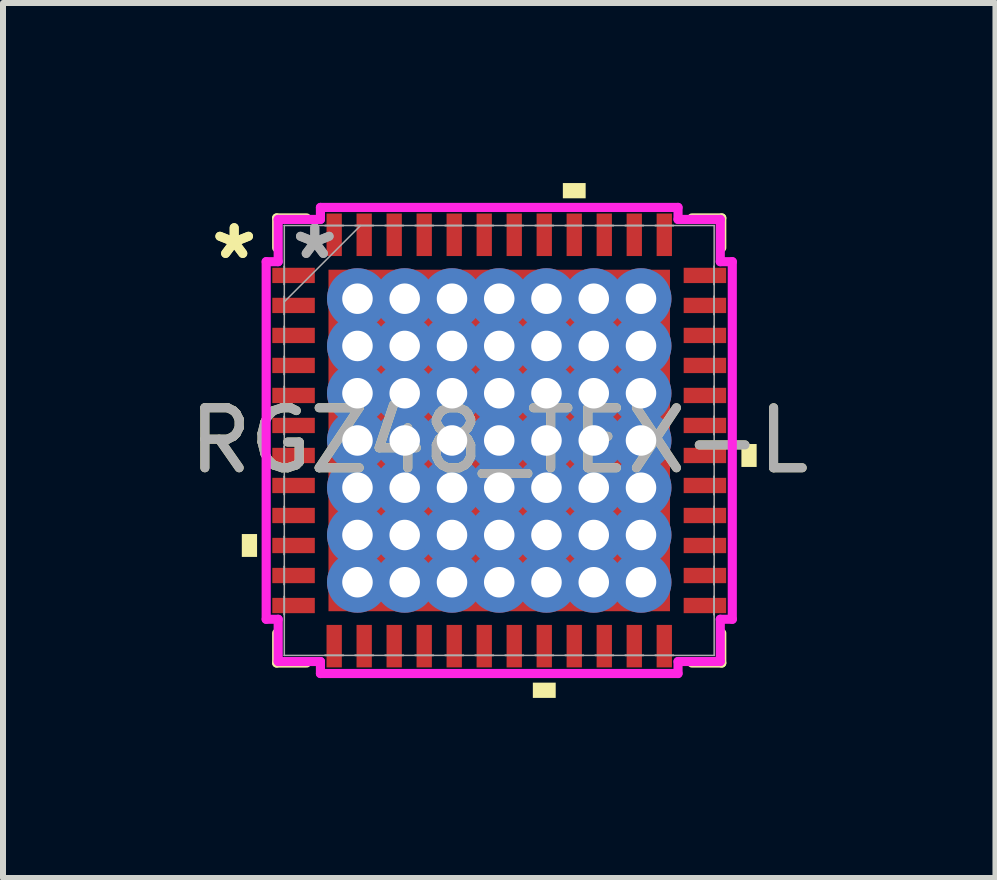
<source format=kicad_pcb>
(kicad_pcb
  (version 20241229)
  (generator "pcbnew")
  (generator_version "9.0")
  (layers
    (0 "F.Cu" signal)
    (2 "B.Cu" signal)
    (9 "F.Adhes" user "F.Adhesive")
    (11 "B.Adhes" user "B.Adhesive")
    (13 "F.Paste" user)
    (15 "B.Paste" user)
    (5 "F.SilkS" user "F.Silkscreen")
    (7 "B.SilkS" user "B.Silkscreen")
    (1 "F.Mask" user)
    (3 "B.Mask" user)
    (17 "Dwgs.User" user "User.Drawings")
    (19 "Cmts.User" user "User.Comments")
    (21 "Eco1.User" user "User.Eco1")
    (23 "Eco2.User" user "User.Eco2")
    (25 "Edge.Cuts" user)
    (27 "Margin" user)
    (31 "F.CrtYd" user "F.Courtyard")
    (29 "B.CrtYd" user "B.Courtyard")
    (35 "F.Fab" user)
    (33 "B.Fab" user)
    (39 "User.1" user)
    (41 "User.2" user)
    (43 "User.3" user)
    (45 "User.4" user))
  (footprint "RGZ48_TEX-L"
    (layer "F.Cu")
    (at 5.268 4.289)
    (property "Reference" "RGZ48_TEX-L" (at 0 0 0) (unlocked yes) (layer "F.SilkS") (effects (font (size 1 1) (thickness 0.15))))
    (fp_poly (pts (xy -2.908 -2.908) (xy -2.562 -2.908) (xy -2.562 2.908) (xy -2.908 2.908)) (stroke (width 0) (type solid)) (fill yes) (layer "F.Mask"))
    (fp_poly (pts (xy -2.908 -2.908) (xy 2.908 -2.908) (xy 2.908 -2.562) (xy -2.908 -2.562)) (stroke (width 0) (type solid)) (fill yes) (layer "F.Mask"))
    (fp_poly (pts (xy -2.908 -2.162) (xy 2.908 -2.162) (xy 2.908 -1.775) (xy -2.908 -1.775)) (stroke (width 0) (type solid)) (fill yes) (layer "F.Mask"))
    (fp_poly (pts (xy -2.908 -1.375) (xy 2.908 -1.375) (xy 2.908 -0.987) (xy -2.908 -0.987)) (stroke (width 0) (type solid)) (fill yes) (layer "F.Mask"))
    (fp_poly (pts (xy -2.908 -0.587) (xy 2.908 -0.587) (xy 2.908 -0.2) (xy -2.908 -0.2)) (stroke (width 0) (type solid)) (fill yes) (layer "F.Mask"))
    (fp_poly (pts (xy -2.908 0.2) (xy 2.908 0.2) (xy 2.908 0.587) (xy -2.908 0.587)) (stroke (width 0) (type solid)) (fill yes) (layer "F.Mask"))
    (fp_poly (pts (xy -2.908 0.987) (xy 2.908 0.987) (xy 2.908 1.375) (xy -2.908 1.375)) (stroke (width 0) (type solid)) (fill yes) (layer "F.Mask"))
    (fp_poly (pts (xy -2.908 1.775) (xy 2.908 1.775) (xy 2.908 2.162) (xy -2.908 2.162)) (stroke (width 0) (type solid)) (fill yes) (layer "F.Mask"))
    (fp_poly (pts (xy -2.908 2.562) (xy 2.908 2.562) (xy 2.908 2.908) (xy -2.908 2.908)) (stroke (width 0) (type solid)) (fill yes) (layer "F.Mask"))
    (fp_poly (pts (xy -1.775 -2.908) (xy -2.162 -2.908) (xy -2.162 2.908) (xy -1.775 2.908)) (stroke (width 0) (type solid)) (fill yes) (layer "F.Mask"))
    (fp_poly (pts (xy -0.987 -2.908) (xy -1.375 -2.908) (xy -1.375 2.908) (xy -0.987 2.908)) (stroke (width 0) (type solid)) (fill yes) (layer "F.Mask"))
    (fp_poly (pts (xy -0.2 -2.908) (xy -0.587 -2.908) (xy -0.587 2.908) (xy -0.2 2.908)) (stroke (width 0) (type solid)) (fill yes) (layer "F.Mask"))
    (fp_poly (pts (xy 0.587 -2.908) (xy 0.2 -2.908) (xy 0.2 2.908) (xy 0.587 2.908)) (stroke (width 0) (type solid)) (fill yes) (layer "F.Mask"))
    (fp_poly (pts (xy 1.375 -2.908) (xy 0.987 -2.908) (xy 0.987 2.908) (xy 1.375 2.908)) (stroke (width 0) (type solid)) (fill yes) (layer "F.Mask"))
    (fp_poly (pts (xy 2.162 -2.908) (xy 1.775 -2.908) (xy 1.775 2.908) (xy 2.162 2.908)) (stroke (width 0) (type solid)) (fill yes) (layer "F.Mask"))
    (fp_poly (pts (xy 2.562 -2.908) (xy 2.908 -2.908) (xy 2.908 2.908) (xy 2.562 2.908)) (stroke (width 0) (type solid)) (fill yes) (layer "F.Mask"))
    (fp_line (start -3.708 -3.708) (end -3.708 -3.21) (stroke (width 0.152) (type solid)) (layer "F.SilkS"))
    (fp_line (start -3.708 3.21) (end -3.708 3.708) (stroke (width 0.152) (type solid)) (layer "F.SilkS"))
    (fp_line (start -3.708 3.708) (end -3.21 3.708) (stroke (width 0.152) (type solid)) (layer "F.SilkS"))
    (fp_line (start -3.21 -3.708) (end -3.708 -3.708) (stroke (width 0.152) (type solid)) (layer "F.SilkS"))
    (fp_line (start 3.21 3.708) (end 3.708 3.708) (stroke (width 0.152) (type solid)) (layer "F.SilkS"))
    (fp_line (start 3.708 -3.708) (end 3.21 -3.708) (stroke (width 0.152) (type solid)) (layer "F.SilkS"))
    (fp_line (start 3.708 -3.21) (end 3.708 -3.708) (stroke (width 0.152) (type solid)) (layer "F.SilkS"))
    (fp_line (start 3.708 3.708) (end 3.708 3.21) (stroke (width 0.152) (type solid)) (layer "F.SilkS"))
    (fp_poly (pts (xy -4.289 1.559) (xy -4.289 1.94) (xy -4.035 1.94) (xy -4.035 1.559)) (stroke (width 0) (type solid)) (fill yes) (layer "F.SilkS"))
    (fp_poly (pts (xy 0.56 4.035) (xy 0.56 4.289) (xy 0.941 4.289) (xy 0.941 4.035)) (stroke (width 0) (type solid)) (fill yes) (layer "F.SilkS"))
    (fp_poly (pts (xy 1.06 -4.035) (xy 1.06 -4.289) (xy 1.44 -4.289) (xy 1.44 -4.035)) (stroke (width 0) (type solid)) (fill yes) (layer "F.SilkS"))
    (fp_poly (pts (xy 4.289 0.059) (xy 4.289 0.441) (xy 4.035 0.441) (xy 4.035 0.059)) (stroke (width 0) (type solid)) (fill yes) (layer "F.SilkS"))
    (fp_poly (pts (xy -2.77 -2.77) (xy -2.77 -2.462) (xy -2.604 -2.462) (xy -2.462 -2.604) (xy -2.462 -2.77)) (stroke (width 0) (type solid)) (fill yes) (layer "F.Paste"))
    (fp_poly (pts (xy -2.77 2.462) (xy -2.77 2.77) (xy -2.462 2.77) (xy -2.462 2.604) (xy -2.604 2.462)) (stroke (width 0) (type solid)) (fill yes) (layer "F.Paste"))
    (fp_poly (pts (xy 2.462 -2.77) (xy 2.462 -2.604) (xy 2.604 -2.462) (xy 2.77 -2.462) (xy 2.77 -2.77)) (stroke (width 0) (type solid)) (fill yes) (layer "F.Paste"))
    (fp_poly (pts (xy 2.604 2.462) (xy 2.462 2.604) (xy 2.462 2.77) (xy 2.77 2.77) (xy 2.77 2.462)) (stroke (width 0) (type solid)) (fill yes) (layer "F.Paste"))
    (fp_poly (pts (xy -2.77 -2.262) (xy -2.77 -1.675) (xy -2.604 -1.675) (xy -2.462 -1.816) (xy -2.462 -2.121) (xy -2.604 -2.262)) (stroke (width 0) (type solid)) (fill yes) (layer "F.Paste"))
    (fp_poly (pts (xy -2.77 -1.475) (xy -2.77 -0.887) (xy -2.604 -0.887) (xy -2.462 -1.029) (xy -2.462 -1.333) (xy -2.604 -1.475)) (stroke (width 0) (type solid)) (fill yes) (layer "F.Paste"))
    (fp_poly (pts (xy -2.77 -0.687) (xy -2.77 -0.1) (xy -2.604 -0.1) (xy -2.462 -0.241) (xy -2.462 -0.546) (xy -2.604 -0.687)) (stroke (width 0) (type solid)) (fill yes) (layer "F.Paste"))
    (fp_poly (pts (xy -2.77 0.1) (xy -2.77 0.687) (xy -2.604 0.687) (xy -2.462 0.546) (xy -2.462 0.241) (xy -2.604 0.1)) (stroke (width 0) (type solid)) (fill yes) (layer "F.Paste"))
    (fp_poly (pts (xy -2.77 0.887) (xy -2.77 1.475) (xy -2.604 1.475) (xy -2.462 1.333) (xy -2.462 1.029) (xy -2.604 0.887)) (stroke (width 0) (type solid)) (fill yes) (layer "F.Paste"))
    (fp_poly (pts (xy -2.77 1.675) (xy -2.77 2.262) (xy -2.604 2.262) (xy -2.462 2.121) (xy -2.462 1.816) (xy -2.604 1.675)) (stroke (width 0) (type solid)) (fill yes) (layer "F.Paste"))
    (fp_poly (pts (xy -2.262 -2.77) (xy -2.262 -2.604) (xy -2.121 -2.462) (xy -1.816 -2.462) (xy -1.675 -2.604) (xy -1.675 -2.77)) (stroke (width 0) (type solid)) (fill yes) (layer "F.Paste"))
    (fp_poly (pts (xy -2.121 2.462) (xy -2.262 2.604) (xy -2.262 2.77) (xy -1.675 2.77) (xy -1.675 2.604) (xy -1.816 2.462)) (stroke (width 0) (type solid)) (fill yes) (layer "F.Paste"))
    (fp_poly (pts (xy -1.475 -2.77) (xy -1.475 -2.604) (xy -1.333 -2.462) (xy -1.029 -2.462) (xy -0.887 -2.604) (xy -0.887 -2.77)) (stroke (width 0) (type solid)) (fill yes) (layer "F.Paste"))
    (fp_poly (pts (xy -1.333 2.462) (xy -1.475 2.604) (xy -1.475 2.77) (xy -0.887 2.77) (xy -0.887 2.604) (xy -1.029 2.462)) (stroke (width 0) (type solid)) (fill yes) (layer "F.Paste"))
    (fp_poly (pts (xy -0.687 -2.77) (xy -0.687 -2.604) (xy -0.546 -2.462) (xy -0.241 -2.462) (xy -0.1 -2.604) (xy -0.1 -2.77)) (stroke (width 0) (type solid)) (fill yes) (layer "F.Paste"))
    (fp_poly (pts (xy -0.546 2.462) (xy -0.687 2.604) (xy -0.687 2.77) (xy -0.1 2.77) (xy -0.1 2.604) (xy -0.241 2.462)) (stroke (width 0) (type solid)) (fill yes) (layer "F.Paste"))
    (fp_poly (pts (xy 0.1 -2.77) (xy 0.1 -2.604) (xy 0.241 -2.462) (xy 0.546 -2.462) (xy 0.687 -2.604) (xy 0.687 -2.77)) (stroke (width 0) (type solid)) (fill yes) (layer "F.Paste"))
    (fp_poly (pts (xy 0.241 2.462) (xy 0.1 2.604) (xy 0.1 2.77) (xy 0.687 2.77) (xy 0.687 2.604) (xy 0.546 2.462)) (stroke (width 0) (type solid)) (fill yes) (layer "F.Paste"))
    (fp_poly (pts (xy 0.887 -2.77) (xy 0.887 -2.604) (xy 1.029 -2.462) (xy 1.333 -2.462) (xy 1.475 -2.604) (xy 1.475 -2.77)) (stroke (width 0) (type solid)) (fill yes) (layer "F.Paste"))
    (fp_poly (pts (xy 1.029 2.462) (xy 0.887 2.604) (xy 0.887 2.77) (xy 1.475 2.77) (xy 1.475 2.604) (xy 1.333 2.462)) (stroke (width 0) (type solid)) (fill yes) (layer "F.Paste"))
    (fp_poly (pts (xy 1.675 -2.77) (xy 1.675 -2.604) (xy 1.816 -2.462) (xy 2.121 -2.462) (xy 2.262 -2.604) (xy 2.262 -2.77)) (stroke (width 0) (type solid)) (fill yes) (layer "F.Paste"))
    (fp_poly (pts (xy 1.816 2.462) (xy 1.675 2.604) (xy 1.675 2.77) (xy 2.262 2.77) (xy 2.262 2.604) (xy 2.121 2.462)) (stroke (width 0) (type solid)) (fill yes) (layer "F.Paste"))
    (fp_poly (pts (xy 2.604 -2.262) (xy 2.462 -2.121) (xy 2.462 -1.816) (xy 2.604 -1.675) (xy 2.77 -1.675) (xy 2.77 -2.262)) (stroke (width 0) (type solid)) (fill yes) (layer "F.Paste"))
    (fp_poly (pts (xy 2.604 -1.475) (xy 2.462 -1.333) (xy 2.462 -1.029) (xy 2.604 -0.887) (xy 2.77 -0.887) (xy 2.77 -1.475)) (stroke (width 0) (type solid)) (fill yes) (layer "F.Paste"))
    (fp_poly (pts (xy 2.604 -0.687) (xy 2.462 -0.546) (xy 2.462 -0.241) (xy 2.604 -0.1) (xy 2.77 -0.1) (xy 2.77 -0.687)) (stroke (width 0) (type solid)) (fill yes) (layer "F.Paste"))
    (fp_poly (pts (xy 2.604 0.1) (xy 2.462 0.241) (xy 2.462 0.546) (xy 2.604 0.687) (xy 2.77 0.687) (xy 2.77 0.1)) (stroke (width 0) (type solid)) (fill yes) (layer "F.Paste"))
    (fp_poly (pts (xy 2.604 0.887) (xy 2.462 1.029) (xy 2.462 1.333) (xy 2.604 1.475) (xy 2.77 1.475) (xy 2.77 0.887)) (stroke (width 0) (type solid)) (fill yes) (layer "F.Paste"))
    (fp_poly (pts (xy 2.604 1.675) (xy 2.462 1.816) (xy 2.462 2.121) (xy 2.604 2.262) (xy 2.77 2.262) (xy 2.77 1.675)) (stroke (width 0) (type solid)) (fill yes) (layer "F.Paste"))
    (fp_poly (pts (xy -2.121 -2.262) (xy -2.262 -2.121) (xy -2.262 -1.816) (xy -2.121 -1.675) (xy -1.816 -1.675) (xy -1.675 -1.816) (xy -1.675 -2.121) (xy -1.816 -2.262)) (stroke (width 0) (type solid)) (fill yes) (layer "F.Paste"))
    (fp_poly (pts (xy -2.121 -1.475) (xy -2.262 -1.333) (xy -2.262 -1.029) (xy -2.121 -0.887) (xy -1.816 -0.887) (xy -1.675 -1.029) (xy -1.675 -1.333) (xy -1.816 -1.475)) (stroke (width 0) (type solid)) (fill yes) (layer "F.Paste"))
    (fp_poly (pts (xy -2.121 -0.687) (xy -2.262 -0.546) (xy -2.262 -0.241) (xy -2.121 -0.1) (xy -1.816 -0.1) (xy -1.675 -0.241) (xy -1.675 -0.546) (xy -1.816 -0.687)) (stroke (width 0) (type solid)) (fill yes) (layer "F.Paste"))
    (fp_poly (pts (xy -2.121 0.1) (xy -2.262 0.241) (xy -2.262 0.546) (xy -2.121 0.687) (xy -1.816 0.687) (xy -1.675 0.546) (xy -1.675 0.241) (xy -1.816 0.1)) (stroke (width 0) (type solid)) (fill yes) (layer "F.Paste"))
    (fp_poly (pts (xy -2.121 0.887) (xy -2.262 1.029) (xy -2.262 1.333) (xy -2.121 1.475) (xy -1.816 1.475) (xy -1.675 1.333) (xy -1.675 1.029) (xy -1.816 0.887)) (stroke (width 0) (type solid)) (fill yes) (layer "F.Paste"))
    (fp_poly (pts (xy -2.121 1.675) (xy -2.262 1.816) (xy -2.262 2.121) (xy -2.121 2.262) (xy -1.816 2.262) (xy -1.675 2.121) (xy -1.675 1.816) (xy -1.816 1.675)) (stroke (width 0) (type solid)) (fill yes) (layer "F.Paste"))
    (fp_poly (pts (xy -1.333 -2.262) (xy -1.475 -2.121) (xy -1.475 -1.816) (xy -1.333 -1.675) (xy -1.029 -1.675) (xy -0.887 -1.816) (xy -0.887 -2.121) (xy -1.029 -2.262)) (stroke (width 0) (type solid)) (fill yes) (layer "F.Paste"))
    (fp_poly (pts (xy -1.333 -1.475) (xy -1.475 -1.333) (xy -1.475 -1.029) (xy -1.333 -0.887) (xy -1.029 -0.887) (xy -0.887 -1.029) (xy -0.887 -1.333) (xy -1.029 -1.475)) (stroke (width 0) (type solid)) (fill yes) (layer "F.Paste"))
    (fp_poly (pts (xy -1.333 -0.687) (xy -1.475 -0.546) (xy -1.475 -0.241) (xy -1.333 -0.1) (xy -1.029 -0.1) (xy -0.887 -0.241) (xy -0.887 -0.546) (xy -1.029 -0.687)) (stroke (width 0) (type solid)) (fill yes) (layer "F.Paste"))
    (fp_poly (pts (xy -1.333 0.1) (xy -1.475 0.241) (xy -1.475 0.546) (xy -1.333 0.687) (xy -1.029 0.687) (xy -0.887 0.546) (xy -0.887 0.241) (xy -1.029 0.1)) (stroke (width 0) (type solid)) (fill yes) (layer "F.Paste"))
    (fp_poly (pts (xy -1.333 0.887) (xy -1.475 1.029) (xy -1.475 1.333) (xy -1.333 1.475) (xy -1.029 1.475) (xy -0.887 1.333) (xy -0.887 1.029) (xy -1.029 0.887)) (stroke (width 0) (type solid)) (fill yes) (layer "F.Paste"))
    (fp_poly (pts (xy -1.333 1.675) (xy -1.475 1.816) (xy -1.475 2.121) (xy -1.333 2.262) (xy -1.029 2.262) (xy -0.887 2.121) (xy -0.887 1.816) (xy -1.029 1.675)) (stroke (width 0) (type solid)) (fill yes) (layer "F.Paste"))
    (fp_poly (pts (xy -0.546 -2.262) (xy -0.687 -2.121) (xy -0.687 -1.816) (xy -0.546 -1.675) (xy -0.241 -1.675) (xy -0.1 -1.816) (xy -0.1 -2.121) (xy -0.241 -2.262)) (stroke (width 0) (type solid)) (fill yes) (layer "F.Paste"))
    (fp_poly (pts (xy -0.546 -1.475) (xy -0.687 -1.333) (xy -0.687 -1.029) (xy -0.546 -0.887) (xy -0.241 -0.887) (xy -0.1 -1.029) (xy -0.1 -1.333) (xy -0.241 -1.475)) (stroke (width 0) (type solid)) (fill yes) (layer "F.Paste"))
    (fp_poly (pts (xy -0.546 -0.687) (xy -0.687 -0.546) (xy -0.687 -0.241) (xy -0.546 -0.1) (xy -0.241 -0.1) (xy -0.1 -0.241) (xy -0.1 -0.546) (xy -0.241 -0.687)) (stroke (width 0) (type solid)) (fill yes) (layer "F.Paste"))
    (fp_poly (pts (xy -0.546 0.1) (xy -0.687 0.241) (xy -0.687 0.546) (xy -0.546 0.687) (xy -0.241 0.687) (xy -0.1 0.546) (xy -0.1 0.241) (xy -0.241 0.1)) (stroke (width 0) (type solid)) (fill yes) (layer "F.Paste"))
    (fp_poly (pts (xy -0.546 0.887) (xy -0.687 1.029) (xy -0.687 1.333) (xy -0.546 1.475) (xy -0.241 1.475) (xy -0.1 1.333) (xy -0.1 1.029) (xy -0.241 0.887)) (stroke (width 0) (type solid)) (fill yes) (layer "F.Paste"))
    (fp_poly (pts (xy -0.546 1.675) (xy -0.687 1.816) (xy -0.687 2.121) (xy -0.546 2.262) (xy -0.241 2.262) (xy -0.1 2.121) (xy -0.1 1.816) (xy -0.241 1.675)) (stroke (width 0) (type solid)) (fill yes) (layer "F.Paste"))
    (fp_poly (pts (xy 0.241 -2.262) (xy 0.1 -2.121) (xy 0.1 -1.816) (xy 0.241 -1.675) (xy 0.546 -1.675) (xy 0.687 -1.816) (xy 0.687 -2.121) (xy 0.546 -2.262)) (stroke (width 0) (type solid)) (fill yes) (layer "F.Paste"))
    (fp_poly (pts (xy 0.241 -1.475) (xy 0.1 -1.333) (xy 0.1 -1.029) (xy 0.241 -0.887) (xy 0.546 -0.887) (xy 0.687 -1.029) (xy 0.687 -1.333) (xy 0.546 -1.475)) (stroke (width 0) (type solid)) (fill yes) (layer "F.Paste"))
    (fp_poly (pts (xy 0.241 -0.687) (xy 0.1 -0.546) (xy 0.1 -0.241) (xy 0.241 -0.1) (xy 0.546 -0.1) (xy 0.687 -0.241) (xy 0.687 -0.546) (xy 0.546 -0.687)) (stroke (width 0) (type solid)) (fill yes) (layer "F.Paste"))
    (fp_poly (pts (xy 0.241 0.1) (xy 0.1 0.241) (xy 0.1 0.546) (xy 0.241 0.687) (xy 0.546 0.687) (xy 0.687 0.546) (xy 0.687 0.241) (xy 0.546 0.1)) (stroke (width 0) (type solid)) (fill yes) (layer "F.Paste"))
    (fp_poly (pts (xy 0.241 0.887) (xy 0.1 1.029) (xy 0.1 1.333) (xy 0.241 1.475) (xy 0.546 1.475) (xy 0.687 1.333) (xy 0.687 1.029) (xy 0.546 0.887)) (stroke (width 0) (type solid)) (fill yes) (layer "F.Paste"))
    (fp_poly (pts (xy 0.241 1.675) (xy 0.1 1.816) (xy 0.1 2.121) (xy 0.241 2.262) (xy 0.546 2.262) (xy 0.687 2.121) (xy 0.687 1.816) (xy 0.546 1.675)) (stroke (width 0) (type solid)) (fill yes) (layer "F.Paste"))
    (fp_poly (pts (xy 1.029 -2.262) (xy 0.887 -2.121) (xy 0.887 -1.816) (xy 1.029 -1.675) (xy 1.333 -1.675) (xy 1.475 -1.816) (xy 1.475 -2.121) (xy 1.333 -2.262)) (stroke (width 0) (type solid)) (fill yes) (layer "F.Paste"))
    (fp_poly (pts (xy 1.029 -1.475) (xy 0.887 -1.333) (xy 0.887 -1.029) (xy 1.029 -0.887) (xy 1.333 -0.887) (xy 1.475 -1.029) (xy 1.475 -1.333) (xy 1.333 -1.475)) (stroke (width 0) (type solid)) (fill yes) (layer "F.Paste"))
    (fp_poly (pts (xy 1.029 -0.687) (xy 0.887 -0.546) (xy 0.887 -0.241) (xy 1.029 -0.1) (xy 1.333 -0.1) (xy 1.475 -0.241) (xy 1.475 -0.546) (xy 1.333 -0.687)) (stroke (width 0) (type solid)) (fill yes) (layer "F.Paste"))
    (fp_poly (pts (xy 1.029 0.1) (xy 0.887 0.241) (xy 0.887 0.546) (xy 1.029 0.687) (xy 1.333 0.687) (xy 1.475 0.546) (xy 1.475 0.241) (xy 1.333 0.1)) (stroke (width 0) (type solid)) (fill yes) (layer "F.Paste"))
    (fp_poly (pts (xy 1.029 0.887) (xy 0.887 1.029) (xy 0.887 1.333) (xy 1.029 1.475) (xy 1.333 1.475) (xy 1.475 1.333) (xy 1.475 1.029) (xy 1.333 0.887)) (stroke (width 0) (type solid)) (fill yes) (layer "F.Paste"))
    (fp_poly (pts (xy 1.029 1.675) (xy 0.887 1.816) (xy 0.887 2.121) (xy 1.029 2.262) (xy 1.333 2.262) (xy 1.475 2.121) (xy 1.475 1.816) (xy 1.333 1.675)) (stroke (width 0) (type solid)) (fill yes) (layer "F.Paste"))
    (fp_poly (pts (xy 1.816 -2.262) (xy 1.675 -2.121) (xy 1.675 -1.816) (xy 1.816 -1.675) (xy 2.121 -1.675) (xy 2.262 -1.816) (xy 2.262 -2.121) (xy 2.121 -2.262)) (stroke (width 0) (type solid)) (fill yes) (layer "F.Paste"))
    (fp_poly (pts (xy 1.816 -1.475) (xy 1.675 -1.333) (xy 1.675 -1.029) (xy 1.816 -0.887) (xy 2.121 -0.887) (xy 2.262 -1.029) (xy 2.262 -1.333) (xy 2.121 -1.475)) (stroke (width 0) (type solid)) (fill yes) (layer "F.Paste"))
    (fp_poly (pts (xy 1.816 -0.687) (xy 1.675 -0.546) (xy 1.675 -0.241) (xy 1.816 -0.1) (xy 2.121 -0.1) (xy 2.262 -0.241) (xy 2.262 -0.546) (xy 2.121 -0.687)) (stroke (width 0) (type solid)) (fill yes) (layer "F.Paste"))
    (fp_poly (pts (xy 1.816 0.1) (xy 1.675 0.241) (xy 1.675 0.546) (xy 1.816 0.687) (xy 2.121 0.687) (xy 2.262 0.546) (xy 2.262 0.241) (xy 2.121 0.1)) (stroke (width 0) (type solid)) (fill yes) (layer "F.Paste"))
    (fp_poly (pts (xy 1.816 0.887) (xy 1.675 1.029) (xy 1.675 1.333) (xy 1.816 1.475) (xy 2.121 1.475) (xy 2.262 1.333) (xy 2.262 1.029) (xy 2.121 0.887)) (stroke (width 0) (type solid)) (fill yes) (layer "F.Paste"))
    (fp_poly (pts (xy 1.816 1.675) (xy 1.675 1.816) (xy 1.675 2.121) (xy 1.816 2.262) (xy 2.121 2.262) (xy 2.262 2.121) (xy 2.262 1.816) (xy 2.121 1.675)) (stroke (width 0) (type solid)) (fill yes) (layer "F.Paste"))
    (fp_line (start -3.883 -2.979) (end -3.683 -2.979) (stroke (width 0.152) (type solid)) (layer "F.CrtYd"))
    (fp_line (start -3.883 2.979) (end -3.883 -2.979) (stroke (width 0.152) (type solid)) (layer "F.CrtYd"))
    (fp_line (start -3.683 -3.683) (end -2.979 -3.683) (stroke (width 0.152) (type solid)) (layer "F.CrtYd"))
    (fp_line (start -3.683 -2.979) (end -3.683 -3.683) (stroke (width 0.152) (type solid)) (layer "F.CrtYd"))
    (fp_line (start -3.683 2.979) (end -3.883 2.979) (stroke (width 0.152) (type solid)) (layer "F.CrtYd"))
    (fp_line (start -3.683 3.683) (end -3.683 2.979) (stroke (width 0.152) (type solid)) (layer "F.CrtYd"))
    (fp_line (start -2.979 -3.883) (end 2.979 -3.883) (stroke (width 0.152) (type solid)) (layer "F.CrtYd"))
    (fp_line (start -2.979 -3.683) (end -2.979 -3.883) (stroke (width 0.152) (type solid)) (layer "F.CrtYd"))
    (fp_line (start -2.979 3.683) (end -3.683 3.683) (stroke (width 0.152) (type solid)) (layer "F.CrtYd"))
    (fp_line (start -2.979 3.883) (end -2.979 3.683) (stroke (width 0.152) (type solid)) (layer "F.CrtYd"))
    (fp_line (start 2.979 -3.883) (end 2.979 -3.683) (stroke (width 0.152) (type solid)) (layer "F.CrtYd"))
    (fp_line (start 2.979 -3.683) (end 3.683 -3.683) (stroke (width 0.152) (type solid)) (layer "F.CrtYd"))
    (fp_line (start 2.979 3.683) (end 2.979 3.883) (stroke (width 0.152) (type solid)) (layer "F.CrtYd"))
    (fp_line (start 2.979 3.883) (end -2.979 3.883) (stroke (width 0.152) (type solid)) (layer "F.CrtYd"))
    (fp_line (start 3.683 -3.683) (end 3.683 -2.979) (stroke (width 0.152) (type solid)) (layer "F.CrtYd"))
    (fp_line (start 3.683 -2.979) (end 3.883 -2.979) (stroke (width 0.152) (type solid)) (layer "F.CrtYd"))
    (fp_line (start 3.683 2.979) (end 3.683 3.683) (stroke (width 0.152) (type solid)) (layer "F.CrtYd"))
    (fp_line (start 3.683 3.683) (end 2.979 3.683) (stroke (width 0.152) (type solid)) (layer "F.CrtYd"))
    (fp_line (start 3.883 -2.979) (end 3.883 2.979) (stroke (width 0.152) (type solid)) (layer "F.CrtYd"))
    (fp_line (start 3.883 2.979) (end 3.683 2.979) (stroke (width 0.152) (type solid)) (layer "F.CrtYd"))
    (fp_line (start -3.581 -3.581) (end -3.581 -3.581) (stroke (width 0.025) (type solid)) (layer "F.Fab"))
    (fp_line (start -3.581 -3.581) (end -3.581 3.581) (stroke (width 0.025) (type solid)) (layer "F.Fab"))
    (fp_line (start -3.581 -2.902) (end -3.581 -2.902) (stroke (width 0.025) (type solid)) (layer "F.Fab"))
    (fp_line (start -3.581 -2.902) (end -3.581 -2.598) (stroke (width 0.025) (type solid)) (layer "F.Fab"))
    (fp_line (start -3.581 -2.598) (end -3.581 -2.902) (stroke (width 0.025) (type solid)) (layer "F.Fab"))
    (fp_line (start -3.581 -2.598) (end -3.581 -2.598) (stroke (width 0.025) (type solid)) (layer "F.Fab"))
    (fp_line (start -3.581 -2.402) (end -3.581 -2.402) (stroke (width 0.025) (type solid)) (layer "F.Fab"))
    (fp_line (start -3.581 -2.402) (end -3.581 -2.098) (stroke (width 0.025) (type solid)) (layer "F.Fab"))
    (fp_line (start -3.581 -2.311) (end -2.311 -3.581) (stroke (width 0.025) (type solid)) (layer "F.Fab"))
    (fp_line (start -3.581 -2.098) (end -3.581 -2.402) (stroke (width 0.025) (type solid)) (layer "F.Fab"))
    (fp_line (start -3.581 -2.098) (end -3.581 -2.098) (stroke (width 0.025) (type solid)) (layer "F.Fab"))
    (fp_line (start -3.581 -1.902) (end -3.581 -1.902) (stroke (width 0.025) (type solid)) (layer "F.Fab"))
    (fp_line (start -3.581 -1.902) (end -3.581 -1.598) (stroke (width 0.025) (type solid)) (layer "F.Fab"))
    (fp_line (start -3.581 -1.598) (end -3.581 -1.902) (stroke (width 0.025) (type solid)) (layer "F.Fab"))
    (fp_line (start -3.581 -1.598) (end -3.581 -1.598) (stroke (width 0.025) (type solid)) (layer "F.Fab"))
    (fp_line (start -3.581 -1.402) (end -3.581 -1.402) (stroke (width 0.025) (type solid)) (layer "F.Fab"))
    (fp_line (start -3.581 -1.402) (end -3.581 -1.098) (stroke (width 0.025) (type solid)) (layer "F.Fab"))
    (fp_line (start -3.581 -1.098) (end -3.581 -1.402) (stroke (width 0.025) (type solid)) (layer "F.Fab"))
    (fp_line (start -3.581 -1.098) (end -3.581 -1.098) (stroke (width 0.025) (type solid)) (layer "F.Fab"))
    (fp_line (start -3.581 -0.902) (end -3.581 -0.902) (stroke (width 0.025) (type solid)) (layer "F.Fab"))
    (fp_line (start -3.581 -0.902) (end -3.581 -0.598) (stroke (width 0.025) (type solid)) (layer "F.Fab"))
    (fp_line (start -3.581 -0.598) (end -3.581 -0.902) (stroke (width 0.025) (type solid)) (layer "F.Fab"))
    (fp_line (start -3.581 -0.598) (end -3.581 -0.598) (stroke (width 0.025) (type solid)) (layer "F.Fab"))
    (fp_line (start -3.581 -0.402) (end -3.581 -0.402) (stroke (width 0.025) (type solid)) (layer "F.Fab"))
    (fp_line (start -3.581 -0.402) (end -3.581 -0.098) (stroke (width 0.025) (type solid)) (layer "F.Fab"))
    (fp_line (start -3.581 -0.098) (end -3.581 -0.402) (stroke (width 0.025) (type solid)) (layer "F.Fab"))
    (fp_line (start -3.581 -0.098) (end -3.581 -0.098) (stroke (width 0.025) (type solid)) (layer "F.Fab"))
    (fp_line (start -3.581 0.098) (end -3.581 0.098) (stroke (width 0.025) (type solid)) (layer "F.Fab"))
    (fp_line (start -3.581 0.098) (end -3.581 0.402) (stroke (width 0.025) (type solid)) (layer "F.Fab"))
    (fp_line (start -3.581 0.402) (end -3.581 0.098) (stroke (width 0.025) (type solid)) (layer "F.Fab"))
    (fp_line (start -3.581 0.402) (end -3.581 0.402) (stroke (width 0.025) (type solid)) (layer "F.Fab"))
    (fp_line (start -3.581 0.598) (end -3.581 0.598) (stroke (width 0.025) (type solid)) (layer "F.Fab"))
    (fp_line (start -3.581 0.598) (end -3.581 0.902) (stroke (width 0.025) (type solid)) (layer "F.Fab"))
    (fp_line (start -3.581 0.902) (end -3.581 0.598) (stroke (width 0.025) (type solid)) (layer "F.Fab"))
    (fp_line (start -3.581 0.902) (end -3.581 0.902) (stroke (width 0.025) (type solid)) (layer "F.Fab"))
    (fp_line (start -3.581 1.098) (end -3.581 1.098) (stroke (width 0.025) (type solid)) (layer "F.Fab"))
    (fp_line (start -3.581 1.098) (end -3.581 1.402) (stroke (width 0.025) (type solid)) (layer "F.Fab"))
    (fp_line (start -3.581 1.402) (end -3.581 1.098) (stroke (width 0.025) (type solid)) (layer "F.Fab"))
    (fp_line (start -3.581 1.402) (end -3.581 1.402) (stroke (width 0.025) (type solid)) (layer "F.Fab"))
    (fp_line (start -3.581 1.598) (end -3.581 1.598) (stroke (width 0.025) (type solid)) (layer "F.Fab"))
    (fp_line (start -3.581 1.598) (end -3.581 1.902) (stroke (width 0.025) (type solid)) (layer "F.Fab"))
    (fp_line (start -3.581 1.902) (end -3.581 1.598) (stroke (width 0.025) (type solid)) (layer "F.Fab"))
    (fp_line (start -3.581 1.902) (end -3.581 1.902) (stroke (width 0.025) (type solid)) (layer "F.Fab"))
    (fp_line (start -3.581 2.098) (end -3.581 2.098) (stroke (width 0.025) (type solid)) (layer "F.Fab"))
    (fp_line (start -3.581 2.098) (end -3.581 2.402) (stroke (width 0.025) (type solid)) (layer "F.Fab"))
    (fp_line (start -3.581 2.402) (end -3.581 2.098) (stroke (width 0.025) (type solid)) (layer "F.Fab"))
    (fp_line (start -3.581 2.402) (end -3.581 2.402) (stroke (width 0.025) (type solid)) (layer "F.Fab"))
    (fp_line (start -3.581 2.598) (end -3.581 2.598) (stroke (width 0.025) (type solid)) (layer "F.Fab"))
    (fp_line (start -3.581 2.598) (end -3.581 2.902) (stroke (width 0.025) (type solid)) (layer "F.Fab"))
    (fp_line (start -3.581 2.902) (end -3.581 2.598) (stroke (width 0.025) (type solid)) (layer "F.Fab"))
    (fp_line (start -3.581 2.902) (end -3.581 2.902) (stroke (width 0.025) (type solid)) (layer "F.Fab"))
    (fp_line (start -3.581 3.581) (end -3.581 3.581) (stroke (width 0.025) (type solid)) (layer "F.Fab"))
    (fp_line (start -3.581 3.581) (end 3.581 3.581) (stroke (width 0.025) (type solid)) (layer "F.Fab"))
    (fp_line (start -2.902 -3.581) (end -2.902 -3.581) (stroke (width 0.025) (type solid)) (layer "F.Fab"))
    (fp_line (start -2.902 -3.581) (end -2.598 -3.581) (stroke (width 0.025) (type solid)) (layer "F.Fab"))
    (fp_line (start -2.902 3.581) (end -2.902 3.581) (stroke (width 0.025) (type solid)) (layer "F.Fab"))
    (fp_line (start -2.902 3.581) (end -2.598 3.581) (stroke (width 0.025) (type solid)) (layer "F.Fab"))
    (fp_line (start -2.598 -3.581) (end -2.902 -3.581) (stroke (width 0.025) (type solid)) (layer "F.Fab"))
    (fp_line (start -2.598 -3.581) (end -2.598 -3.581) (stroke (width 0.025) (type solid)) (layer "F.Fab"))
    (fp_line (start -2.598 3.581) (end -2.902 3.581) (stroke (width 0.025) (type solid)) (layer "F.Fab"))
    (fp_line (start -2.598 3.581) (end -2.598 3.581) (stroke (width 0.025) (type solid)) (layer "F.Fab"))
    (fp_line (start -2.402 -3.581) (end -2.402 -3.581) (stroke (width 0.025) (type solid)) (layer "F.Fab"))
    (fp_line (start -2.402 -3.581) (end -2.098 -3.581) (stroke (width 0.025) (type solid)) (layer "F.Fab"))
    (fp_line (start -2.402 3.581) (end -2.402 3.581) (stroke (width 0.025) (type solid)) (layer "F.Fab"))
    (fp_line (start -2.402 3.581) (end -2.098 3.581) (stroke (width 0.025) (type solid)) (layer "F.Fab"))
    (fp_line (start -2.098 -3.581) (end -2.402 -3.581) (stroke (width 0.025) (type solid)) (layer "F.Fab"))
    (fp_line (start -2.098 -3.581) (end -2.098 -3.581) (stroke (width 0.025) (type solid)) (layer "F.Fab"))
    (fp_line (start -2.098 3.581) (end -2.402 3.581) (stroke (width 0.025) (type solid)) (layer "F.Fab"))
    (fp_line (start -2.098 3.581) (end -2.098 3.581) (stroke (width 0.025) (type solid)) (layer "F.Fab"))
    (fp_line (start -1.902 -3.581) (end -1.902 -3.581) (stroke (width 0.025) (type solid)) (layer "F.Fab"))
    (fp_line (start -1.902 -3.581) (end -1.598 -3.581) (stroke (width 0.025) (type solid)) (layer "F.Fab"))
    (fp_line (start -1.902 3.581) (end -1.902 3.581) (stroke (width 0.025) (type solid)) (layer "F.Fab"))
    (fp_line (start -1.902 3.581) (end -1.598 3.581) (stroke (width 0.025) (type solid)) (layer "F.Fab"))
    (fp_line (start -1.598 -3.581) (end -1.902 -3.581) (stroke (width 0.025) (type solid)) (layer "F.Fab"))
    (fp_line (start -1.598 -3.581) (end -1.598 -3.581) (stroke (width 0.025) (type solid)) (layer "F.Fab"))
    (fp_line (start -1.598 3.581) (end -1.902 3.581) (stroke (width 0.025) (type solid)) (layer "F.Fab"))
    (fp_line (start -1.598 3.581) (end -1.598 3.581) (stroke (width 0.025) (type solid)) (layer "F.Fab"))
    (fp_line (start -1.402 -3.581) (end -1.402 -3.581) (stroke (width 0.025) (type solid)) (layer "F.Fab"))
    (fp_line (start -1.402 -3.581) (end -1.098 -3.581) (stroke (width 0.025) (type solid)) (layer "F.Fab"))
    (fp_line (start -1.402 3.581) (end -1.402 3.581) (stroke (width 0.025) (type solid)) (layer "F.Fab"))
    (fp_line (start -1.402 3.581) (end -1.098 3.581) (stroke (width 0.025) (type solid)) (layer "F.Fab"))
    (fp_line (start -1.098 -3.581) (end -1.402 -3.581) (stroke (width 0.025) (type solid)) (layer "F.Fab"))
    (fp_line (start -1.098 -3.581) (end -1.098 -3.581) (stroke (width 0.025) (type solid)) (layer "F.Fab"))
    (fp_line (start -1.098 3.581) (end -1.402 3.581) (stroke (width 0.025) (type solid)) (layer "F.Fab"))
    (fp_line (start -1.098 3.581) (end -1.098 3.581) (stroke (width 0.025) (type solid)) (layer "F.Fab"))
    (fp_line (start -0.902 -3.581) (end -0.902 -3.581) (stroke (width 0.025) (type solid)) (layer "F.Fab"))
    (fp_line (start -0.902 -3.581) (end -0.598 -3.581) (stroke (width 0.025) (type solid)) (layer "F.Fab"))
    (fp_line (start -0.902 3.581) (end -0.902 3.581) (stroke (width 0.025) (type solid)) (layer "F.Fab"))
    (fp_line (start -0.902 3.581) (end -0.598 3.581) (stroke (width 0.025) (type solid)) (layer "F.Fab"))
    (fp_line (start -0.598 -3.581) (end -0.902 -3.581) (stroke (width 0.025) (type solid)) (layer "F.Fab"))
    (fp_line (start -0.598 -3.581) (end -0.598 -3.581) (stroke (width 0.025) (type solid)) (layer "F.Fab"))
    (fp_line (start -0.598 3.581) (end -0.902 3.581) (stroke (width 0.025) (type solid)) (layer "F.Fab"))
    (fp_line (start -0.598 3.581) (end -0.598 3.581) (stroke (width 0.025) (type solid)) (layer "F.Fab"))
    (fp_line (start -0.402 -3.581) (end -0.402 -3.581) (stroke (width 0.025) (type solid)) (layer "F.Fab"))
    (fp_line (start -0.402 -3.581) (end -0.098 -3.581) (stroke (width 0.025) (type solid)) (layer "F.Fab"))
    (fp_line (start -0.402 3.581) (end -0.402 3.581) (stroke (width 0.025) (type solid)) (layer "F.Fab"))
    (fp_line (start -0.402 3.581) (end -0.098 3.581) (stroke (width 0.025) (type solid)) (layer "F.Fab"))
    (fp_line (start -0.098 -3.581) (end -0.402 -3.581) (stroke (width 0.025) (type solid)) (layer "F.Fab"))
    (fp_line (start -0.098 -3.581) (end -0.098 -3.581) (stroke (width 0.025) (type solid)) (layer "F.Fab"))
    (fp_line (start -0.098 3.581) (end -0.402 3.581) (stroke (width 0.025) (type solid)) (layer "F.Fab"))
    (fp_line (start -0.098 3.581) (end -0.098 3.581) (stroke (width 0.025) (type solid)) (layer "F.Fab"))
    (fp_line (start 0.098 -3.581) (end 0.098 -3.581) (stroke (width 0.025) (type solid)) (layer "F.Fab"))
    (fp_line (start 0.098 -3.581) (end 0.402 -3.581) (stroke (width 0.025) (type solid)) (layer "F.Fab"))
    (fp_line (start 0.098 3.581) (end 0.098 3.581) (stroke (width 0.025) (type solid)) (layer "F.Fab"))
    (fp_line (start 0.098 3.581) (end 0.402 3.581) (stroke (width 0.025) (type solid)) (layer "F.Fab"))
    (fp_line (start 0.402 -3.581) (end 0.098 -3.581) (stroke (width 0.025) (type solid)) (layer "F.Fab"))
    (fp_line (start 0.402 -3.581) (end 0.402 -3.581) (stroke (width 0.025) (type solid)) (layer "F.Fab"))
    (fp_line (start 0.402 3.581) (end 0.098 3.581) (stroke (width 0.025) (type solid)) (layer "F.Fab"))
    (fp_line (start 0.402 3.581) (end 0.402 3.581) (stroke (width 0.025) (type solid)) (layer "F.Fab"))
    (fp_line (start 0.598 -3.581) (end 0.598 -3.581) (stroke (width 0.025) (type solid)) (layer "F.Fab"))
    (fp_line (start 0.598 -3.581) (end 0.902 -3.581) (stroke (width 0.025) (type solid)) (layer "F.Fab"))
    (fp_line (start 0.598 3.581) (end 0.598 3.581) (stroke (width 0.025) (type solid)) (layer "F.Fab"))
    (fp_line (start 0.598 3.581) (end 0.902 3.581) (stroke (width 0.025) (type solid)) (layer "F.Fab"))
    (fp_line (start 0.902 -3.581) (end 0.598 -3.581) (stroke (width 0.025) (type solid)) (layer "F.Fab"))
    (fp_line (start 0.902 -3.581) (end 0.902 -3.581) (stroke (width 0.025) (type solid)) (layer "F.Fab"))
    (fp_line (start 0.902 3.581) (end 0.598 3.581) (stroke (width 0.025) (type solid)) (layer "F.Fab"))
    (fp_line (start 0.902 3.581) (end 0.902 3.581) (stroke (width 0.025) (type solid)) (layer "F.Fab"))
    (fp_line (start 1.098 -3.581) (end 1.098 -3.581) (stroke (width 0.025) (type solid)) (layer "F.Fab"))
    (fp_line (start 1.098 -3.581) (end 1.402 -3.581) (stroke (width 0.025) (type solid)) (layer "F.Fab"))
    (fp_line (start 1.098 3.581) (end 1.098 3.581) (stroke (width 0.025) (type solid)) (layer "F.Fab"))
    (fp_line (start 1.098 3.581) (end 1.402 3.581) (stroke (width 0.025) (type solid)) (layer "F.Fab"))
    (fp_line (start 1.402 -3.581) (end 1.098 -3.581) (stroke (width 0.025) (type solid)) (layer "F.Fab"))
    (fp_line (start 1.402 -3.581) (end 1.402 -3.581) (stroke (width 0.025) (type solid)) (layer "F.Fab"))
    (fp_line (start 1.402 3.581) (end 1.098 3.581) (stroke (width 0.025) (type solid)) (layer "F.Fab"))
    (fp_line (start 1.402 3.581) (end 1.402 3.581) (stroke (width 0.025) (type solid)) (layer "F.Fab"))
    (fp_line (start 1.598 -3.581) (end 1.598 -3.581) (stroke (width 0.025) (type solid)) (layer "F.Fab"))
    (fp_line (start 1.598 -3.581) (end 1.902 -3.581) (stroke (width 0.025) (type solid)) (layer "F.Fab"))
    (fp_line (start 1.598 3.581) (end 1.598 3.581) (stroke (width 0.025) (type solid)) (layer "F.Fab"))
    (fp_line (start 1.598 3.581) (end 1.902 3.581) (stroke (width 0.025) (type solid)) (layer "F.Fab"))
    (fp_line (start 1.902 -3.581) (end 1.598 -3.581) (stroke (width 0.025) (type solid)) (layer "F.Fab"))
    (fp_line (start 1.902 -3.581) (end 1.902 -3.581) (stroke (width 0.025) (type solid)) (layer "F.Fab"))
    (fp_line (start 1.902 3.581) (end 1.598 3.581) (stroke (width 0.025) (type solid)) (layer "F.Fab"))
    (fp_line (start 1.902 3.581) (end 1.902 3.581) (stroke (width 0.025) (type solid)) (layer "F.Fab"))
    (fp_line (start 2.098 -3.581) (end 2.098 -3.581) (stroke (width 0.025) (type solid)) (layer "F.Fab"))
    (fp_line (start 2.098 -3.581) (end 2.402 -3.581) (stroke (width 0.025) (type solid)) (layer "F.Fab"))
    (fp_line (start 2.098 3.581) (end 2.098 3.581) (stroke (width 0.025) (type solid)) (layer "F.Fab"))
    (fp_line (start 2.098 3.581) (end 2.402 3.581) (stroke (width 0.025) (type solid)) (layer "F.Fab"))
    (fp_line (start 2.402 -3.581) (end 2.098 -3.581) (stroke (width 0.025) (type solid)) (layer "F.Fab"))
    (fp_line (start 2.402 -3.581) (end 2.402 -3.581) (stroke (width 0.025) (type solid)) (layer "F.Fab"))
    (fp_line (start 2.402 3.581) (end 2.098 3.581) (stroke (width 0.025) (type solid)) (layer "F.Fab"))
    (fp_line (start 2.402 3.581) (end 2.402 3.581) (stroke (width 0.025) (type solid)) (layer "F.Fab"))
    (fp_line (start 2.598 -3.581) (end 2.598 -3.581) (stroke (width 0.025) (type solid)) (layer "F.Fab"))
    (fp_line (start 2.598 -3.581) (end 2.902 -3.581) (stroke (width 0.025) (type solid)) (layer "F.Fab"))
    (fp_line (start 2.598 3.581) (end 2.598 3.581) (stroke (width 0.025) (type solid)) (layer "F.Fab"))
    (fp_line (start 2.598 3.581) (end 2.902 3.581) (stroke (width 0.025) (type solid)) (layer "F.Fab"))
    (fp_line (start 2.902 -3.581) (end 2.598 -3.581) (stroke (width 0.025) (type solid)) (layer "F.Fab"))
    (fp_line (start 2.902 -3.581) (end 2.902 -3.581) (stroke (width 0.025) (type solid)) (layer "F.Fab"))
    (fp_line (start 2.902 3.581) (end 2.598 3.581) (stroke (width 0.025) (type solid)) (layer "F.Fab"))
    (fp_line (start 2.902 3.581) (end 2.902 3.581) (stroke (width 0.025) (type solid)) (layer "F.Fab"))
    (fp_line (start 3.581 -3.581) (end -3.581 -3.581) (stroke (width 0.025) (type solid)) (layer "F.Fab"))
    (fp_line (start 3.581 -3.581) (end 3.581 -3.581) (stroke (width 0.025) (type solid)) (layer "F.Fab"))
    (fp_line (start 3.581 -2.902) (end 3.581 -2.902) (stroke (width 0.025) (type solid)) (layer "F.Fab"))
    (fp_line (start 3.581 -2.902) (end 3.581 -2.598) (stroke (width 0.025) (type solid)) (layer "F.Fab"))
    (fp_line (start 3.581 -2.598) (end 3.581 -2.902) (stroke (width 0.025) (type solid)) (layer "F.Fab"))
    (fp_line (start 3.581 -2.598) (end 3.581 -2.598) (stroke (width 0.025) (type solid)) (layer "F.Fab"))
    (fp_line (start 3.581 -2.402) (end 3.581 -2.402) (stroke (width 0.025) (type solid)) (layer "F.Fab"))
    (fp_line (start 3.581 -2.402) (end 3.581 -2.098) (stroke (width 0.025) (type solid)) (layer "F.Fab"))
    (fp_line (start 3.581 -2.098) (end 3.581 -2.402) (stroke (width 0.025) (type solid)) (layer "F.Fab"))
    (fp_line (start 3.581 -2.098) (end 3.581 -2.098) (stroke (width 0.025) (type solid)) (layer "F.Fab"))
    (fp_line (start 3.581 -1.902) (end 3.581 -1.902) (stroke (width 0.025) (type solid)) (layer "F.Fab"))
    (fp_line (start 3.581 -1.902) (end 3.581 -1.598) (stroke (width 0.025) (type solid)) (layer "F.Fab"))
    (fp_line (start 3.581 -1.598) (end 3.581 -1.902) (stroke (width 0.025) (type solid)) (layer "F.Fab"))
    (fp_line (start 3.581 -1.598) (end 3.581 -1.598) (stroke (width 0.025) (type solid)) (layer "F.Fab"))
    (fp_line (start 3.581 -1.402) (end 3.581 -1.402) (stroke (width 0.025) (type solid)) (layer "F.Fab"))
    (fp_line (start 3.581 -1.402) (end 3.581 -1.098) (stroke (width 0.025) (type solid)) (layer "F.Fab"))
    (fp_line (start 3.581 -1.098) (end 3.581 -1.402) (stroke (width 0.025) (type solid)) (layer "F.Fab"))
    (fp_line (start 3.581 -1.098) (end 3.581 -1.098) (stroke (width 0.025) (type solid)) (layer "F.Fab"))
    (fp_line (start 3.581 -0.902) (end 3.581 -0.902) (stroke (width 0.025) (type solid)) (layer "F.Fab"))
    (fp_line (start 3.581 -0.902) (end 3.581 -0.598) (stroke (width 0.025) (type solid)) (layer "F.Fab"))
    (fp_line (start 3.581 -0.598) (end 3.581 -0.902) (stroke (width 0.025) (type solid)) (layer "F.Fab"))
    (fp_line (start 3.581 -0.598) (end 3.581 -0.598) (stroke (width 0.025) (type solid)) (layer "F.Fab"))
    (fp_line (start 3.581 -0.402) (end 3.581 -0.402) (stroke (width 0.025) (type solid)) (layer "F.Fab"))
    (fp_line (start 3.581 -0.402) (end 3.581 -0.098) (stroke (width 0.025) (type solid)) (layer "F.Fab"))
    (fp_line (start 3.581 -0.098) (end 3.581 -0.402) (stroke (width 0.025) (type solid)) (layer "F.Fab"))
    (fp_line (start 3.581 -0.098) (end 3.581 -0.098) (stroke (width 0.025) (type solid)) (layer "F.Fab"))
    (fp_line (start 3.581 0.098) (end 3.581 0.098) (stroke (width 0.025) (type solid)) (layer "F.Fab"))
    (fp_line (start 3.581 0.098) (end 3.581 0.402) (stroke (width 0.025) (type solid)) (layer "F.Fab"))
    (fp_line (start 3.581 0.402) (end 3.581 0.098) (stroke (width 0.025) (type solid)) (layer "F.Fab"))
    (fp_line (start 3.581 0.402) (end 3.581 0.402) (stroke (width 0.025) (type solid)) (layer "F.Fab"))
    (fp_line (start 3.581 0.598) (end 3.581 0.598) (stroke (width 0.025) (type solid)) (layer "F.Fab"))
    (fp_line (start 3.581 0.598) (end 3.581 0.902) (stroke (width 0.025) (type solid)) (layer "F.Fab"))
    (fp_line (start 3.581 0.902) (end 3.581 0.598) (stroke (width 0.025) (type solid)) (layer "F.Fab"))
    (fp_line (start 3.581 0.902) (end 3.581 0.902) (stroke (width 0.025) (type solid)) (layer "F.Fab"))
    (fp_line (start 3.581 1.098) (end 3.581 1.098) (stroke (width 0.025) (type solid)) (layer "F.Fab"))
    (fp_line (start 3.581 1.098) (end 3.581 1.402) (stroke (width 0.025) (type solid)) (layer "F.Fab"))
    (fp_line (start 3.581 1.402) (end 3.581 1.098) (stroke (width 0.025) (type solid)) (layer "F.Fab"))
    (fp_line (start 3.581 1.402) (end 3.581 1.402) (stroke (width 0.025) (type solid)) (layer "F.Fab"))
    (fp_line (start 3.581 1.598) (end 3.581 1.598) (stroke (width 0.025) (type solid)) (layer "F.Fab"))
    (fp_line (start 3.581 1.598) (end 3.581 1.902) (stroke (width 0.025) (type solid)) (layer "F.Fab"))
    (fp_line (start 3.581 1.902) (end 3.581 1.598) (stroke (width 0.025) (type solid)) (layer "F.Fab"))
    (fp_line (start 3.581 1.902) (end 3.581 1.902) (stroke (width 0.025) (type solid)) (layer "F.Fab"))
    (fp_line (start 3.581 2.098) (end 3.581 2.098) (stroke (width 0.025) (type solid)) (layer "F.Fab"))
    (fp_line (start 3.581 2.098) (end 3.581 2.402) (stroke (width 0.025) (type solid)) (layer "F.Fab"))
    (fp_line (start 3.581 2.402) (end 3.581 2.098) (stroke (width 0.025) (type solid)) (layer "F.Fab"))
    (fp_line (start 3.581 2.402) (end 3.581 2.402) (stroke (width 0.025) (type solid)) (layer "F.Fab"))
    (fp_line (start 3.581 2.598) (end 3.581 2.598) (stroke (width 0.025) (type solid)) (layer "F.Fab"))
    (fp_line (start 3.581 2.598) (end 3.581 2.902) (stroke (width 0.025) (type solid)) (layer "F.Fab"))
    (fp_line (start 3.581 2.902) (end 3.581 2.598) (stroke (width 0.025) (type solid)) (layer "F.Fab"))
    (fp_line (start 3.581 2.902) (end 3.581 2.902) (stroke (width 0.025) (type solid)) (layer "F.Fab"))
    (fp_line (start 3.581 3.581) (end 3.581 -3.581) (stroke (width 0.025) (type solid)) (layer "F.Fab"))
    (fp_line (start 3.581 3.581) (end 3.581 3.581) (stroke (width 0.025) (type solid)) (layer "F.Fab"))
    (fp_text user "*" (at -4.416 -3 0) (unlocked yes) (layer "F.SilkS") (effects (font (size 1 1) (thickness 0.15))))
    (fp_text user "*" (at -4.416 -3 0) (layer "F.SilkS") (effects (font (size 1 1) (thickness 0.15))))
    (fp_text user "*" (at -3.073 -3 0) (layer "F.Fab") (effects (font (size 1 1) (thickness 0.15))))
    (fp_text user "${REFERENCE}" (at 0 0 0) (unlocked yes) (layer "F.Fab") (effects (font (size 1 1) (thickness 0.15))))
    (fp_text user "*" (at -3.073 -3 0) (unlocked yes) (layer "F.Fab") (effects (font (size 1 1) (thickness 0.15))))
    (pad "1" smd rect (at -3.427 -2.75 90) (size 0.255 0.708) (layers "F.Cu" "F.Mask" "F.Paste"))
    (pad "2" smd rect (at -3.427 -2.25 90) (size 0.255 0.708) (layers "F.Cu" "F.Mask" "F.Paste"))
    (pad "3" smd rect (at -3.427 -1.75 90) (size 0.255 0.708) (layers "F.Cu" "F.Mask" "F.Paste"))
    (pad "4" smd rect (at -3.427 -1.25 90) (size 0.255 0.708) (layers "F.Cu" "F.Mask" "F.Paste"))
    (pad "5" smd rect (at -3.427 -0.75 90) (size 0.255 0.708) (layers "F.Cu" "F.Mask" "F.Paste"))
    (pad "6" smd rect (at -3.427 -0.25 90) (size 0.255 0.708) (layers "F.Cu" "F.Mask" "F.Paste"))
    (pad "7" smd rect (at -3.427 0.25 90) (size 0.255 0.708) (layers "F.Cu" "F.Mask" "F.Paste"))
    (pad "8" smd rect (at -3.427 0.75 90) (size 0.255 0.708) (layers "F.Cu" "F.Mask" "F.Paste"))
    (pad "9" smd rect (at -3.427 1.25 90) (size 0.255 0.708) (layers "F.Cu" "F.Mask" "F.Paste"))
    (pad "10" smd rect (at -3.427 1.75 90) (size 0.255 0.708) (layers "F.Cu" "F.Mask" "F.Paste"))
    (pad "11" smd rect (at -3.427 2.25 90) (size 0.255 0.708) (layers "F.Cu" "F.Mask" "F.Paste"))
    (pad "12" smd rect (at -3.427 2.75 90) (size 0.255 0.708) (layers "F.Cu" "F.Mask" "F.Paste"))
    (pad "13" smd rect (at -2.75 3.427) (size 0.255 0.708) (layers "F.Cu" "F.Mask" "F.Paste"))
    (pad "14" smd rect (at -2.25 3.427) (size 0.255 0.708) (layers "F.Cu" "F.Mask" "F.Paste"))
    (pad "15" smd rect (at -1.75 3.427) (size 0.255 0.708) (layers "F.Cu" "F.Mask" "F.Paste"))
    (pad "16" smd rect (at -1.25 3.427) (size 0.255 0.708) (layers "F.Cu" "F.Mask" "F.Paste"))
    (pad "17" smd rect (at -0.75 3.427) (size 0.255 0.708) (layers "F.Cu" "F.Mask" "F.Paste"))
    (pad "18" smd rect (at -0.25 3.427) (size 0.255 0.708) (layers "F.Cu" "F.Mask" "F.Paste"))
    (pad "19" smd rect (at 0.25 3.427) (size 0.255 0.708) (layers "F.Cu" "F.Mask" "F.Paste"))
    (pad "20" smd rect (at 0.75 3.427) (size 0.255 0.708) (layers "F.Cu" "F.Mask" "F.Paste"))
    (pad "21" smd rect (at 1.25 3.427) (size 0.255 0.708) (layers "F.Cu" "F.Mask" "F.Paste"))
    (pad "22" smd rect (at 1.75 3.427) (size 0.255 0.708) (layers "F.Cu" "F.Mask" "F.Paste"))
    (pad "23" smd rect (at 2.25 3.427) (size 0.255 0.708) (layers "F.Cu" "F.Mask" "F.Paste"))
    (pad "24" smd rect (at 2.75 3.427) (size 0.255 0.708) (layers "F.Cu" "F.Mask" "F.Paste"))
    (pad "25" smd rect (at 3.427 2.75 90) (size 0.255 0.708) (layers "F.Cu" "F.Mask" "F.Paste"))
    (pad "26" smd rect (at 3.427 2.25 90) (size 0.255 0.708) (layers "F.Cu" "F.Mask" "F.Paste"))
    (pad "27" smd rect (at 3.427 1.75 90) (size 0.255 0.708) (layers "F.Cu" "F.Mask" "F.Paste"))
    (pad "28" smd rect (at 3.427 1.25 90) (size 0.255 0.708) (layers "F.Cu" "F.Mask" "F.Paste"))
    (pad "29" smd rect (at 3.427 0.75 90) (size 0.255 0.708) (layers "F.Cu" "F.Mask" "F.Paste"))
    (pad "30" smd rect (at 3.427 0.25 90) (size 0.255 0.708) (layers "F.Cu" "F.Mask" "F.Paste"))
    (pad "31" smd rect (at 3.427 -0.25 90) (size 0.255 0.708) (layers "F.Cu" "F.Mask" "F.Paste"))
    (pad "32" smd rect (at 3.427 -0.75 90) (size 0.255 0.708) (layers "F.Cu" "F.Mask" "F.Paste"))
    (pad "33" smd rect (at 3.427 -1.25 90) (size 0.255 0.708) (layers "F.Cu" "F.Mask" "F.Paste"))
    (pad "34" smd rect (at 3.427 -1.75 90) (size 0.255 0.708) (layers "F.Cu" "F.Mask" "F.Paste"))
    (pad "35" smd rect (at 3.427 -2.25 90) (size 0.255 0.708) (layers "F.Cu" "F.Mask" "F.Paste"))
    (pad "36" smd rect (at 3.427 -2.75 90) (size 0.255 0.708) (layers "F.Cu" "F.Mask" "F.Paste"))
    (pad "37" smd rect (at 2.75 -3.427) (size 0.255 0.708) (layers "F.Cu" "F.Mask" "F.Paste"))
    (pad "38" smd rect (at 2.25 -3.427) (size 0.255 0.708) (layers "F.Cu" "F.Mask" "F.Paste"))
    (pad "39" smd rect (at 1.75 -3.427) (size 0.255 0.708) (layers "F.Cu" "F.Mask" "F.Paste"))
    (pad "40" smd rect (at 1.25 -3.427) (size 0.255 0.708) (layers "F.Cu" "F.Mask" "F.Paste"))
    (pad "41" smd rect (at 0.75 -3.427) (size 0.255 0.708) (layers "F.Cu" "F.Mask" "F.Paste"))
    (pad "42" smd rect (at 0.25 -3.427) (size 0.255 0.708) (layers "F.Cu" "F.Mask" "F.Paste"))
    (pad "43" smd rect (at -0.25 -3.427) (size 0.255 0.708) (layers "F.Cu" "F.Mask" "F.Paste"))
    (pad "44" smd rect (at -0.75 -3.427) (size 0.255 0.708) (layers "F.Cu" "F.Mask" "F.Paste"))
    (pad "45" smd rect (at -1.25 -3.427) (size 0.255 0.708) (layers "F.Cu" "F.Mask" "F.Paste"))
    (pad "46" smd rect (at -1.75 -3.427) (size 0.255 0.708) (layers "F.Cu" "F.Mask" "F.Paste"))
    (pad "47" smd rect (at -2.25 -3.427) (size 0.255 0.708) (layers "F.Cu" "F.Mask" "F.Paste"))
    (pad "48" smd rect (at -2.75 -3.427) (size 0.255 0.708) (layers "F.Cu" "F.Mask" "F.Paste"))
    (pad "49" smd rect (at 0 0) (size 5.69 5.69) (layers "F.Cu"))
    (pad "V" thru_hole circle (at -2.362 -2.362) (size 1.016 1.016) (drill 0.508) (layers "*.Cu" "*.Mask"))
    (pad "V" thru_hole circle (at -2.362 -1.575) (size 1.016 1.016) (drill 0.508) (layers "*.Cu" "*.Mask"))
    (pad "V" thru_hole circle (at -2.362 -0.787) (size 1.016 1.016) (drill 0.508) (layers "*.Cu" "*.Mask"))
    (pad "V" thru_hole circle (at -2.362 0) (size 1.016 1.016) (drill 0.508) (layers "*.Cu" "*.Mask"))
    (pad "V" thru_hole circle (at -2.362 0.787) (size 1.016 1.016) (drill 0.508) (layers "*.Cu" "*.Mask"))
    (pad "V" thru_hole circle (at -2.362 1.575) (size 1.016 1.016) (drill 0.508) (layers "*.Cu" "*.Mask"))
    (pad "V" thru_hole circle (at -2.362 2.362) (size 1.016 1.016) (drill 0.508) (layers "*.Cu" "*.Mask"))
    (pad "V" thru_hole circle (at -1.575 -2.362) (size 1.016 1.016) (drill 0.508) (layers "*.Cu" "*.Mask"))
    (pad "V" thru_hole circle (at -1.575 -1.575) (size 1.016 1.016) (drill 0.508) (layers "*.Cu" "*.Mask"))
    (pad "V" thru_hole circle (at -1.575 -0.787) (size 1.016 1.016) (drill 0.508) (layers "*.Cu" "*.Mask"))
    (pad "V" thru_hole circle (at -1.575 0) (size 1.016 1.016) (drill 0.508) (layers "*.Cu" "*.Mask"))
    (pad "V" thru_hole circle (at -1.575 0.787) (size 1.016 1.016) (drill 0.508) (layers "*.Cu" "*.Mask"))
    (pad "V" thru_hole circle (at -1.575 1.575) (size 1.016 1.016) (drill 0.508) (layers "*.Cu" "*.Mask"))
    (pad "V" thru_hole circle (at -1.575 2.362) (size 1.016 1.016) (drill 0.508) (layers "*.Cu" "*.Mask"))
    (pad "V" thru_hole circle (at -0.787 -2.362) (size 1.016 1.016) (drill 0.508) (layers "*.Cu" "*.Mask"))
    (pad "V" thru_hole circle (at -0.787 -1.575) (size 1.016 1.016) (drill 0.508) (layers "*.Cu" "*.Mask"))
    (pad "V" thru_hole circle (at -0.787 -0.787) (size 1.016 1.016) (drill 0.508) (layers "*.Cu" "*.Mask"))
    (pad "V" thru_hole circle (at -0.787 0) (size 1.016 1.016) (drill 0.508) (layers "*.Cu" "*.Mask"))
    (pad "V" thru_hole circle (at -0.787 0.787) (size 1.016 1.016) (drill 0.508) (layers "*.Cu" "*.Mask"))
    (pad "V" thru_hole circle (at -0.787 1.575) (size 1.016 1.016) (drill 0.508) (layers "*.Cu" "*.Mask"))
    (pad "V" thru_hole circle (at -0.787 2.362) (size 1.016 1.016) (drill 0.508) (layers "*.Cu" "*.Mask"))
    (pad "V" thru_hole circle (at 0 -2.362) (size 1.016 1.016) (drill 0.508) (layers "*.Cu" "*.Mask"))
    (pad "V" thru_hole circle (at 0 -1.575) (size 1.016 1.016) (drill 0.508) (layers "*.Cu" "*.Mask"))
    (pad "V" thru_hole circle (at 0 -0.787) (size 1.016 1.016) (drill 0.508) (layers "*.Cu" "*.Mask"))
    (pad "V" thru_hole circle (at 0 0) (size 1.016 1.016) (drill 0.508) (layers "*.Cu" "*.Mask"))
    (pad "V" thru_hole circle (at 0 0.787) (size 1.016 1.016) (drill 0.508) (layers "*.Cu" "*.Mask"))
    (pad "V" thru_hole circle (at 0 1.575) (size 1.016 1.016) (drill 0.508) (layers "*.Cu" "*.Mask"))
    (pad "V" thru_hole circle (at 0 2.362) (size 1.016 1.016) (drill 0.508) (layers "*.Cu" "*.Mask"))
    (pad "V" thru_hole circle (at 0.787 -2.362) (size 1.016 1.016) (drill 0.508) (layers "*.Cu" "*.Mask"))
    (pad "V" thru_hole circle (at 0.787 -1.575) (size 1.016 1.016) (drill 0.508) (layers "*.Cu" "*.Mask"))
    (pad "V" thru_hole circle (at 0.787 -0.787) (size 1.016 1.016) (drill 0.508) (layers "*.Cu" "*.Mask"))
    (pad "V" thru_hole circle (at 0.787 0) (size 1.016 1.016) (drill 0.508) (layers "*.Cu" "*.Mask"))
    (pad "V" thru_hole circle (at 0.787 0.787) (size 1.016 1.016) (drill 0.508) (layers "*.Cu" "*.Mask"))
    (pad "V" thru_hole circle (at 0.787 1.575) (size 1.016 1.016) (drill 0.508) (layers "*.Cu" "*.Mask"))
    (pad "V" thru_hole circle (at 0.787 2.362) (size 1.016 1.016) (drill 0.508) (layers "*.Cu" "*.Mask"))
    (pad "V" thru_hole circle (at 1.575 -2.362) (size 1.016 1.016) (drill 0.508) (layers "*.Cu" "*.Mask"))
    (pad "V" thru_hole circle (at 1.575 -1.575) (size 1.016 1.016) (drill 0.508) (layers "*.Cu" "*.Mask"))
    (pad "V" thru_hole circle (at 1.575 -0.787) (size 1.016 1.016) (drill 0.508) (layers "*.Cu" "*.Mask"))
    (pad "V" thru_hole circle (at 1.575 0) (size 1.016 1.016) (drill 0.508) (layers "*.Cu" "*.Mask"))
    (pad "V" thru_hole circle (at 1.575 0.787) (size 1.016 1.016) (drill 0.508) (layers "*.Cu" "*.Mask"))
    (pad "V" thru_hole circle (at 1.575 1.575) (size 1.016 1.016) (drill 0.508) (layers "*.Cu" "*.Mask"))
    (pad "V" thru_hole circle (at 1.575 2.362) (size 1.016 1.016) (drill 0.508) (layers "*.Cu" "*.Mask"))
    (pad "V" thru_hole circle (at 2.362 -2.362) (size 1.016 1.016) (drill 0.508) (layers "*.Cu" "*.Mask"))
    (pad "V" thru_hole circle (at 2.362 -1.575) (size 1.016 1.016) (drill 0.508) (layers "*.Cu" "*.Mask"))
    (pad "V" thru_hole circle (at 2.362 -0.787) (size 1.016 1.016) (drill 0.508) (layers "*.Cu" "*.Mask"))
    (pad "V" thru_hole circle (at 2.362 0) (size 1.016 1.016) (drill 0.508) (layers "*.Cu" "*.Mask"))
    (pad "V" thru_hole circle (at 2.362 0.787) (size 1.016 1.016) (drill 0.508) (layers "*.Cu" "*.Mask"))
    (pad "V" thru_hole circle (at 2.362 1.575) (size 1.016 1.016) (drill 0.508) (layers "*.Cu" "*.Mask"))
    (pad "V" thru_hole circle (at 2.362 2.362) (size 1.016 1.016) (drill 0.508) (layers "*.Cu" "*.Mask")))
  (gr_rect
    (start -3 -3)
    (end 13.536 11.579)
    (stroke (width 0.1) (type default))
    (fill no)
    (layer "Edge.Cuts")))
</source>
